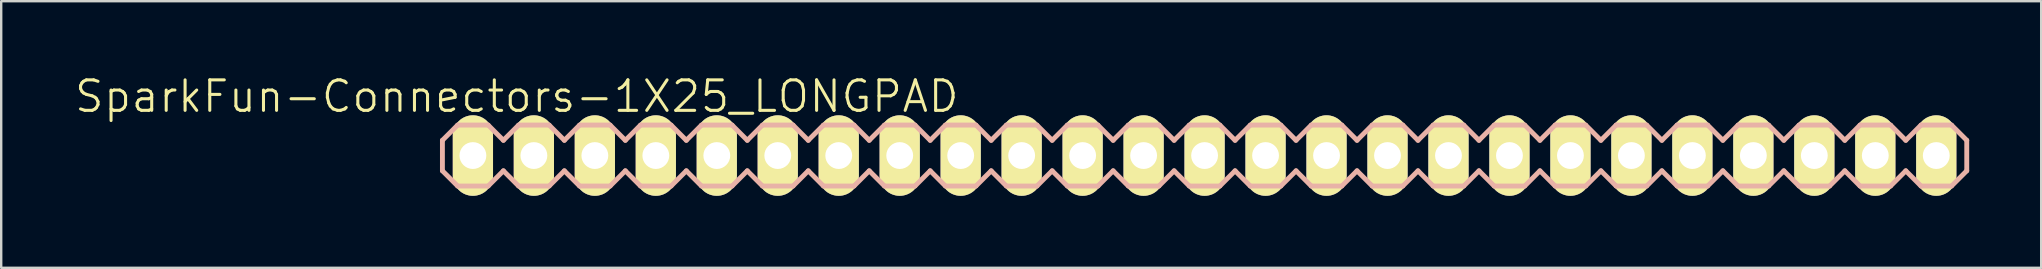
<source format=kicad_pcb>
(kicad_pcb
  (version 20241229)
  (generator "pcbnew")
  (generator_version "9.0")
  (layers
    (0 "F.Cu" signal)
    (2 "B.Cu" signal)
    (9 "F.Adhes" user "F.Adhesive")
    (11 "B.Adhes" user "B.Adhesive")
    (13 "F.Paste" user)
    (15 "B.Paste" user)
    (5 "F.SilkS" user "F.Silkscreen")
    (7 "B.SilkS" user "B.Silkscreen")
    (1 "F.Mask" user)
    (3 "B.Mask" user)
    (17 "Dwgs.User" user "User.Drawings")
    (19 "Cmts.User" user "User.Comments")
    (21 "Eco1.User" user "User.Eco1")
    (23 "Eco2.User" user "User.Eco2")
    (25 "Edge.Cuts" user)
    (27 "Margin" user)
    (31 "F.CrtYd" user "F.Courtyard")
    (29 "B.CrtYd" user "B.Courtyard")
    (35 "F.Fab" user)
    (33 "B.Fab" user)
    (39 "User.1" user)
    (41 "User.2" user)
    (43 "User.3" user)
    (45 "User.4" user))
  (footprint "SparkFun-Connectors-1X25_LONGPAD"
    (layer "F.Cu")
    (at 16.65 3.43)
    (property "Reference" "SparkFun-Connectors-1X25_LONGPAD" (at 1.829 -2.464 0) (layer "F.SilkS") (effects (font (size 1.27 1.27) (thickness 0.127))))
    (attr exclude_from_pos_files exclude_from_bom)
    (fp_line (start -0.254 -0.254) (end 0.254 -0.254) (stroke (width 0.066) (type solid)) (layer "F.SilkS"))
    (fp_line (start -0.254 0.254) (end -0.254 -0.254) (stroke (width 0.066) (type solid)) (layer "F.SilkS"))
    (fp_line (start -0.254 0.254) (end 0.254 0.254) (stroke (width 0.066) (type solid)) (layer "F.SilkS"))
    (fp_line (start 0.254 0.254) (end 0.254 -0.254) (stroke (width 0.066) (type solid)) (layer "F.SilkS"))
    (fp_line (start 2.286 -0.254) (end 2.794 -0.254) (stroke (width 0.066) (type solid)) (layer "F.SilkS"))
    (fp_line (start 2.286 0.254) (end 2.286 -0.254) (stroke (width 0.066) (type solid)) (layer "F.SilkS"))
    (fp_line (start 2.286 0.254) (end 2.794 0.254) (stroke (width 0.066) (type solid)) (layer "F.SilkS"))
    (fp_line (start 2.794 0.254) (end 2.794 -0.254) (stroke (width 0.066) (type solid)) (layer "F.SilkS"))
    (fp_line (start 4.826 -0.254) (end 5.334 -0.254) (stroke (width 0.066) (type solid)) (layer "F.SilkS"))
    (fp_line (start 4.826 0.254) (end 4.826 -0.254) (stroke (width 0.066) (type solid)) (layer "F.SilkS"))
    (fp_line (start 4.826 0.254) (end 5.334 0.254) (stroke (width 0.066) (type solid)) (layer "F.SilkS"))
    (fp_line (start 5.334 0.254) (end 5.334 -0.254) (stroke (width 0.066) (type solid)) (layer "F.SilkS"))
    (fp_line (start 7.366 -0.254) (end 7.874 -0.254) (stroke (width 0.066) (type solid)) (layer "F.SilkS"))
    (fp_line (start 7.366 0.254) (end 7.366 -0.254) (stroke (width 0.066) (type solid)) (layer "F.SilkS"))
    (fp_line (start 7.366 0.254) (end 7.874 0.254) (stroke (width 0.066) (type solid)) (layer "F.SilkS"))
    (fp_line (start 7.874 0.254) (end 7.874 -0.254) (stroke (width 0.066) (type solid)) (layer "F.SilkS"))
    (fp_line (start 9.906 -0.254) (end 10.414 -0.254) (stroke (width 0.066) (type solid)) (layer "F.SilkS"))
    (fp_line (start 9.906 0.254) (end 9.906 -0.254) (stroke (width 0.066) (type solid)) (layer "F.SilkS"))
    (fp_line (start 9.906 0.254) (end 10.414 0.254) (stroke (width 0.066) (type solid)) (layer "F.SilkS"))
    (fp_line (start 10.414 0.254) (end 10.414 -0.254) (stroke (width 0.066) (type solid)) (layer "F.SilkS"))
    (fp_line (start 12.446 -0.254) (end 12.954 -0.254) (stroke (width 0.066) (type solid)) (layer "F.SilkS"))
    (fp_line (start 12.446 0.254) (end 12.446 -0.254) (stroke (width 0.066) (type solid)) (layer "F.SilkS"))
    (fp_line (start 12.446 0.254) (end 12.954 0.254) (stroke (width 0.066) (type solid)) (layer "F.SilkS"))
    (fp_line (start 12.954 0.254) (end 12.954 -0.254) (stroke (width 0.066) (type solid)) (layer "F.SilkS"))
    (fp_line (start 14.986 -0.254) (end 15.494 -0.254) (stroke (width 0.066) (type solid)) (layer "F.SilkS"))
    (fp_line (start 14.986 0.254) (end 14.986 -0.254) (stroke (width 0.066) (type solid)) (layer "F.SilkS"))
    (fp_line (start 14.986 0.254) (end 15.494 0.254) (stroke (width 0.066) (type solid)) (layer "F.SilkS"))
    (fp_line (start 15.494 0.254) (end 15.494 -0.254) (stroke (width 0.066) (type solid)) (layer "F.SilkS"))
    (fp_line (start 17.523 -0.254) (end 18.034 -0.254) (stroke (width 0.066) (type solid)) (layer "F.SilkS"))
    (fp_line (start 17.523 0.254) (end 17.523 -0.254) (stroke (width 0.066) (type solid)) (layer "F.SilkS"))
    (fp_line (start 17.523 0.254) (end 18.034 0.254) (stroke (width 0.066) (type solid)) (layer "F.SilkS"))
    (fp_line (start 18.034 0.254) (end 18.034 -0.254) (stroke (width 0.066) (type solid)) (layer "F.SilkS"))
    (fp_line (start 20.066 -0.254) (end 20.574 -0.254) (stroke (width 0.066) (type solid)) (layer "F.SilkS"))
    (fp_line (start 20.066 0.254) (end 20.066 -0.254) (stroke (width 0.066) (type solid)) (layer "F.SilkS"))
    (fp_line (start 20.066 0.254) (end 20.574 0.254) (stroke (width 0.066) (type solid)) (layer "F.SilkS"))
    (fp_line (start 20.574 0.254) (end 20.574 -0.254) (stroke (width 0.066) (type solid)) (layer "F.SilkS"))
    (fp_line (start 22.606 -0.254) (end 23.114 -0.254) (stroke (width 0.066) (type solid)) (layer "F.SilkS"))
    (fp_line (start 22.606 0.254) (end 22.606 -0.254) (stroke (width 0.066) (type solid)) (layer "F.SilkS"))
    (fp_line (start 22.606 0.254) (end 23.114 0.254) (stroke (width 0.066) (type solid)) (layer "F.SilkS"))
    (fp_line (start 23.114 0.254) (end 23.114 -0.254) (stroke (width 0.066) (type solid)) (layer "F.SilkS"))
    (fp_line (start 25.146 -0.254) (end 25.654 -0.254) (stroke (width 0.066) (type solid)) (layer "F.SilkS"))
    (fp_line (start 25.146 0.254) (end 25.146 -0.254) (stroke (width 0.066) (type solid)) (layer "F.SilkS"))
    (fp_line (start 25.146 0.254) (end 25.654 0.254) (stroke (width 0.066) (type solid)) (layer "F.SilkS"))
    (fp_line (start 25.654 0.254) (end 25.654 -0.254) (stroke (width 0.066) (type solid)) (layer "F.SilkS"))
    (fp_line (start 27.686 -0.254) (end 28.194 -0.254) (stroke (width 0.066) (type solid)) (layer "F.SilkS"))
    (fp_line (start 27.686 0.254) (end 27.686 -0.254) (stroke (width 0.066) (type solid)) (layer "F.SilkS"))
    (fp_line (start 27.686 0.254) (end 28.194 0.254) (stroke (width 0.066) (type solid)) (layer "F.SilkS"))
    (fp_line (start 28.194 0.254) (end 28.194 -0.254) (stroke (width 0.066) (type solid)) (layer "F.SilkS"))
    (fp_line (start 30.226 -0.254) (end 30.734 -0.254) (stroke (width 0.066) (type solid)) (layer "F.SilkS"))
    (fp_line (start 30.226 0.254) (end 30.226 -0.254) (stroke (width 0.066) (type solid)) (layer "F.SilkS"))
    (fp_line (start 30.226 0.254) (end 30.734 0.254) (stroke (width 0.066) (type solid)) (layer "F.SilkS"))
    (fp_line (start 30.734 0.254) (end 30.734 -0.254) (stroke (width 0.066) (type solid)) (layer "F.SilkS"))
    (fp_line (start 32.766 -0.254) (end 33.274 -0.254) (stroke (width 0.066) (type solid)) (layer "F.SilkS"))
    (fp_line (start 32.766 0.254) (end 32.766 -0.254) (stroke (width 0.066) (type solid)) (layer "F.SilkS"))
    (fp_line (start 32.766 0.254) (end 33.274 0.254) (stroke (width 0.066) (type solid)) (layer "F.SilkS"))
    (fp_line (start 33.274 0.254) (end 33.274 -0.254) (stroke (width 0.066) (type solid)) (layer "F.SilkS"))
    (fp_line (start 35.303 -0.254) (end 35.814 -0.254) (stroke (width 0.066) (type solid)) (layer "F.SilkS"))
    (fp_line (start 35.303 0.254) (end 35.303 -0.254) (stroke (width 0.066) (type solid)) (layer "F.SilkS"))
    (fp_line (start 35.303 0.254) (end 35.814 0.254) (stroke (width 0.066) (type solid)) (layer "F.SilkS"))
    (fp_line (start 35.814 0.254) (end 35.814 -0.254) (stroke (width 0.066) (type solid)) (layer "F.SilkS"))
    (fp_line (start 37.846 -0.254) (end 38.354 -0.254) (stroke (width 0.066) (type solid)) (layer "F.SilkS"))
    (fp_line (start 37.846 0.254) (end 37.846 -0.254) (stroke (width 0.066) (type solid)) (layer "F.SilkS"))
    (fp_line (start 37.846 0.254) (end 38.354 0.254) (stroke (width 0.066) (type solid)) (layer "F.SilkS"))
    (fp_line (start 38.354 0.254) (end 38.354 -0.254) (stroke (width 0.066) (type solid)) (layer "F.SilkS"))
    (fp_line (start 40.386 -0.254) (end 40.894 -0.254) (stroke (width 0.066) (type solid)) (layer "F.SilkS"))
    (fp_line (start 40.386 0.254) (end 40.386 -0.254) (stroke (width 0.066) (type solid)) (layer "F.SilkS"))
    (fp_line (start 40.386 0.254) (end 40.894 0.254) (stroke (width 0.066) (type solid)) (layer "F.SilkS"))
    (fp_line (start 40.894 0.254) (end 40.894 -0.254) (stroke (width 0.066) (type solid)) (layer "F.SilkS"))
    (fp_line (start 42.926 -0.254) (end 43.434 -0.254) (stroke (width 0.066) (type solid)) (layer "F.SilkS"))
    (fp_line (start 42.926 0.254) (end 42.926 -0.254) (stroke (width 0.066) (type solid)) (layer "F.SilkS"))
    (fp_line (start 42.926 0.254) (end 43.434 0.254) (stroke (width 0.066) (type solid)) (layer "F.SilkS"))
    (fp_line (start 43.434 0.254) (end 43.434 -0.254) (stroke (width 0.066) (type solid)) (layer "F.SilkS"))
    (fp_line (start 45.466 -0.254) (end 45.974 -0.254) (stroke (width 0.066) (type solid)) (layer "F.SilkS"))
    (fp_line (start 45.466 0.254) (end 45.466 -0.254) (stroke (width 0.066) (type solid)) (layer "F.SilkS"))
    (fp_line (start 45.466 0.254) (end 45.974 0.254) (stroke (width 0.066) (type solid)) (layer "F.SilkS"))
    (fp_line (start 45.974 0.254) (end 45.974 -0.254) (stroke (width 0.066) (type solid)) (layer "F.SilkS"))
    (fp_line (start 48.006 -0.254) (end 48.514 -0.254) (stroke (width 0.066) (type solid)) (layer "F.SilkS"))
    (fp_line (start 48.006 0.254) (end 48.006 -0.254) (stroke (width 0.066) (type solid)) (layer "F.SilkS"))
    (fp_line (start 48.006 0.254) (end 48.514 0.254) (stroke (width 0.066) (type solid)) (layer "F.SilkS"))
    (fp_line (start 48.514 0.254) (end 48.514 -0.254) (stroke (width 0.066) (type solid)) (layer "F.SilkS"))
    (fp_line (start 50.546 -0.254) (end 51.051 -0.254) (stroke (width 0.066) (type solid)) (layer "F.SilkS"))
    (fp_line (start 50.546 0.254) (end 50.546 -0.254) (stroke (width 0.066) (type solid)) (layer "F.SilkS"))
    (fp_line (start 50.546 0.254) (end 51.051 0.254) (stroke (width 0.066) (type solid)) (layer "F.SilkS"))
    (fp_line (start 51.051 0.254) (end 51.051 -0.254) (stroke (width 0.066) (type solid)) (layer "F.SilkS"))
    (fp_line (start 53.086 -0.254) (end 53.594 -0.254) (stroke (width 0.066) (type solid)) (layer "F.SilkS"))
    (fp_line (start 53.086 0.254) (end 53.086 -0.254) (stroke (width 0.066) (type solid)) (layer "F.SilkS"))
    (fp_line (start 53.086 0.254) (end 53.594 0.254) (stroke (width 0.066) (type solid)) (layer "F.SilkS"))
    (fp_line (start 53.594 0.254) (end 53.594 -0.254) (stroke (width 0.066) (type solid)) (layer "F.SilkS"))
    (fp_line (start 55.626 -0.254) (end 56.134 -0.254) (stroke (width 0.066) (type solid)) (layer "F.SilkS"))
    (fp_line (start 55.626 0.254) (end 55.626 -0.254) (stroke (width 0.066) (type solid)) (layer "F.SilkS"))
    (fp_line (start 55.626 0.254) (end 56.134 0.254) (stroke (width 0.066) (type solid)) (layer "F.SilkS"))
    (fp_line (start 56.134 0.254) (end 56.134 -0.254) (stroke (width 0.066) (type solid)) (layer "F.SilkS"))
    (fp_line (start 58.166 -0.254) (end 58.674 -0.254) (stroke (width 0.066) (type solid)) (layer "F.SilkS"))
    (fp_line (start 58.166 0.254) (end 58.166 -0.254) (stroke (width 0.066) (type solid)) (layer "F.SilkS"))
    (fp_line (start 58.166 0.254) (end 58.674 0.254) (stroke (width 0.066) (type solid)) (layer "F.SilkS"))
    (fp_line (start 58.674 0.254) (end 58.674 -0.254) (stroke (width 0.066) (type solid)) (layer "F.SilkS"))
    (fp_line (start 60.706 -0.254) (end 61.214 -0.254) (stroke (width 0.066) (type solid)) (layer "F.SilkS"))
    (fp_line (start 60.706 0.254) (end 60.706 -0.254) (stroke (width 0.066) (type solid)) (layer "F.SilkS"))
    (fp_line (start 60.706 0.254) (end 61.214 0.254) (stroke (width 0.066) (type solid)) (layer "F.SilkS"))
    (fp_line (start 61.214 0.254) (end 61.214 -0.254) (stroke (width 0.066) (type solid)) (layer "F.SilkS"))
    (fp_line (start -1.27 -0.635) (end -1.27 0.635) (stroke (width 0.203) (type solid)) (layer "B.SilkS"))
    (fp_line (start -1.27 0.635) (end -0.635 1.27) (stroke (width 0.203) (type solid)) (layer "B.SilkS"))
    (fp_line (start -0.635 -1.27) (end -1.27 -0.635) (stroke (width 0.203) (type solid)) (layer "B.SilkS"))
    (fp_line (start -0.635 -1.27) (end 0.635 -1.27) (stroke (width 0.203) (type solid)) (layer "B.SilkS"))
    (fp_line (start 0.635 -1.27) (end 1.27 -0.635) (stroke (width 0.203) (type solid)) (layer "B.SilkS"))
    (fp_line (start 0.635 1.27) (end -0.635 1.27) (stroke (width 0.203) (type solid)) (layer "B.SilkS"))
    (fp_line (start 1.27 -0.635) (end 1.905 -1.27) (stroke (width 0.203) (type solid)) (layer "B.SilkS"))
    (fp_line (start 1.27 0.635) (end 0.635 1.27) (stroke (width 0.203) (type solid)) (layer "B.SilkS"))
    (fp_line (start 1.905 -1.27) (end 3.175 -1.27) (stroke (width 0.203) (type solid)) (layer "B.SilkS"))
    (fp_line (start 1.905 1.27) (end 1.27 0.635) (stroke (width 0.203) (type solid)) (layer "B.SilkS"))
    (fp_line (start 3.175 -1.27) (end 3.81 -0.635) (stroke (width 0.203) (type solid)) (layer "B.SilkS"))
    (fp_line (start 3.175 1.27) (end 1.905 1.27) (stroke (width 0.203) (type solid)) (layer "B.SilkS"))
    (fp_line (start 3.81 -0.635) (end 4.445 -1.27) (stroke (width 0.203) (type solid)) (layer "B.SilkS"))
    (fp_line (start 3.81 0.635) (end 3.175 1.27) (stroke (width 0.203) (type solid)) (layer "B.SilkS"))
    (fp_line (start 4.445 -1.27) (end 5.715 -1.27) (stroke (width 0.203) (type solid)) (layer "B.SilkS"))
    (fp_line (start 4.445 1.27) (end 3.81 0.635) (stroke (width 0.203) (type solid)) (layer "B.SilkS"))
    (fp_line (start 5.715 -1.27) (end 6.35 -0.635) (stroke (width 0.203) (type solid)) (layer "B.SilkS"))
    (fp_line (start 5.715 1.27) (end 4.445 1.27) (stroke (width 0.203) (type solid)) (layer "B.SilkS"))
    (fp_line (start 6.35 0.635) (end 5.715 1.27) (stroke (width 0.203) (type solid)) (layer "B.SilkS"))
    (fp_line (start 6.35 0.635) (end 6.985 1.27) (stroke (width 0.203) (type solid)) (layer "B.SilkS"))
    (fp_line (start 6.985 -1.27) (end 6.35 -0.635) (stroke (width 0.203) (type solid)) (layer "B.SilkS"))
    (fp_line (start 6.985 -1.27) (end 8.255 -1.27) (stroke (width 0.203) (type solid)) (layer "B.SilkS"))
    (fp_line (start 8.255 -1.27) (end 8.89 -0.635) (stroke (width 0.203) (type solid)) (layer "B.SilkS"))
    (fp_line (start 8.255 1.27) (end 6.985 1.27) (stroke (width 0.203) (type solid)) (layer "B.SilkS"))
    (fp_line (start 8.89 -0.635) (end 9.525 -1.27) (stroke (width 0.203) (type solid)) (layer "B.SilkS"))
    (fp_line (start 8.89 0.635) (end 8.255 1.27) (stroke (width 0.203) (type solid)) (layer "B.SilkS"))
    (fp_line (start 9.525 -1.27) (end 10.795 -1.27) (stroke (width 0.203) (type solid)) (layer "B.SilkS"))
    (fp_line (start 9.525 1.27) (end 8.89 0.635) (stroke (width 0.203) (type solid)) (layer "B.SilkS"))
    (fp_line (start 10.795 -1.27) (end 11.43 -0.635) (stroke (width 0.203) (type solid)) (layer "B.SilkS"))
    (fp_line (start 10.795 1.27) (end 9.525 1.27) (stroke (width 0.203) (type solid)) (layer "B.SilkS"))
    (fp_line (start 11.43 -0.635) (end 12.065 -1.27) (stroke (width 0.203) (type solid)) (layer "B.SilkS"))
    (fp_line (start 11.43 0.635) (end 10.795 1.27) (stroke (width 0.203) (type solid)) (layer "B.SilkS"))
    (fp_line (start 12.065 -1.27) (end 13.335 -1.27) (stroke (width 0.203) (type solid)) (layer "B.SilkS"))
    (fp_line (start 12.065 1.27) (end 11.43 0.635) (stroke (width 0.203) (type solid)) (layer "B.SilkS"))
    (fp_line (start 13.335 -1.27) (end 13.97 -0.635) (stroke (width 0.203) (type solid)) (layer "B.SilkS"))
    (fp_line (start 13.335 1.27) (end 12.065 1.27) (stroke (width 0.203) (type solid)) (layer "B.SilkS"))
    (fp_line (start 13.97 0.635) (end 13.335 1.27) (stroke (width 0.203) (type solid)) (layer "B.SilkS"))
    (fp_line (start 13.97 0.635) (end 14.605 1.27) (stroke (width 0.203) (type solid)) (layer "B.SilkS"))
    (fp_line (start 14.605 -1.27) (end 13.97 -0.635) (stroke (width 0.203) (type solid)) (layer "B.SilkS"))
    (fp_line (start 14.605 -1.27) (end 15.875 -1.27) (stroke (width 0.203) (type solid)) (layer "B.SilkS"))
    (fp_line (start 15.875 -1.27) (end 16.51 -0.635) (stroke (width 0.203) (type solid)) (layer "B.SilkS"))
    (fp_line (start 15.875 1.27) (end 14.605 1.27) (stroke (width 0.203) (type solid)) (layer "B.SilkS"))
    (fp_line (start 16.51 0.635) (end 15.875 1.27) (stroke (width 0.203) (type solid)) (layer "B.SilkS"))
    (fp_line (start 16.51 0.635) (end 17.145 1.27) (stroke (width 0.203) (type solid)) (layer "B.SilkS"))
    (fp_line (start 17.145 -1.27) (end 16.51 -0.635) (stroke (width 0.203) (type solid)) (layer "B.SilkS"))
    (fp_line (start 17.145 -1.27) (end 18.415 -1.27) (stroke (width 0.203) (type solid)) (layer "B.SilkS"))
    (fp_line (start 18.415 -1.27) (end 19.05 -0.635) (stroke (width 0.203) (type solid)) (layer "B.SilkS"))
    (fp_line (start 18.415 1.27) (end 17.145 1.27) (stroke (width 0.203) (type solid)) (layer "B.SilkS"))
    (fp_line (start 19.05 -0.635) (end 19.685 -1.27) (stroke (width 0.203) (type solid)) (layer "B.SilkS"))
    (fp_line (start 19.05 0.635) (end 18.415 1.27) (stroke (width 0.203) (type solid)) (layer "B.SilkS"))
    (fp_line (start 19.685 -1.27) (end 20.955 -1.27) (stroke (width 0.203) (type solid)) (layer "B.SilkS"))
    (fp_line (start 19.685 1.27) (end 19.05 0.635) (stroke (width 0.203) (type solid)) (layer "B.SilkS"))
    (fp_line (start 20.955 -1.27) (end 21.59 -0.635) (stroke (width 0.203) (type solid)) (layer "B.SilkS"))
    (fp_line (start 20.955 1.27) (end 19.685 1.27) (stroke (width 0.203) (type solid)) (layer "B.SilkS"))
    (fp_line (start 21.59 -0.635) (end 22.225 -1.27) (stroke (width 0.203) (type solid)) (layer "B.SilkS"))
    (fp_line (start 21.59 0.635) (end 20.955 1.27) (stroke (width 0.203) (type solid)) (layer "B.SilkS"))
    (fp_line (start 22.225 -1.27) (end 23.495 -1.27) (stroke (width 0.203) (type solid)) (layer "B.SilkS"))
    (fp_line (start 22.225 1.27) (end 21.59 0.635) (stroke (width 0.203) (type solid)) (layer "B.SilkS"))
    (fp_line (start 23.495 -1.27) (end 24.13 -0.635) (stroke (width 0.203) (type solid)) (layer "B.SilkS"))
    (fp_line (start 23.495 1.27) (end 22.225 1.27) (stroke (width 0.203) (type solid)) (layer "B.SilkS"))
    (fp_line (start 24.13 0.635) (end 23.495 1.27) (stroke (width 0.203) (type solid)) (layer "B.SilkS"))
    (fp_line (start 24.13 0.635) (end 24.765 1.27) (stroke (width 0.203) (type solid)) (layer "B.SilkS"))
    (fp_line (start 24.765 -1.27) (end 24.13 -0.635) (stroke (width 0.203) (type solid)) (layer "B.SilkS"))
    (fp_line (start 24.765 -1.27) (end 26.035 -1.27) (stroke (width 0.203) (type solid)) (layer "B.SilkS"))
    (fp_line (start 26.035 -1.27) (end 26.67 -0.635) (stroke (width 0.203) (type solid)) (layer "B.SilkS"))
    (fp_line (start 26.035 1.27) (end 24.765 1.27) (stroke (width 0.203) (type solid)) (layer "B.SilkS"))
    (fp_line (start 26.67 -0.635) (end 27.305 -1.27) (stroke (width 0.203) (type solid)) (layer "B.SilkS"))
    (fp_line (start 26.67 0.635) (end 26.035 1.27) (stroke (width 0.203) (type solid)) (layer "B.SilkS"))
    (fp_line (start 27.305 -1.27) (end 28.575 -1.27) (stroke (width 0.203) (type solid)) (layer "B.SilkS"))
    (fp_line (start 27.305 1.27) (end 26.67 0.635) (stroke (width 0.203) (type solid)) (layer "B.SilkS"))
    (fp_line (start 28.575 -1.27) (end 29.21 -0.635) (stroke (width 0.203) (type solid)) (layer "B.SilkS"))
    (fp_line (start 28.575 1.27) (end 27.305 1.27) (stroke (width 0.203) (type solid)) (layer "B.SilkS"))
    (fp_line (start 29.21 -0.635) (end 29.845 -1.27) (stroke (width 0.203) (type solid)) (layer "B.SilkS"))
    (fp_line (start 29.21 0.635) (end 28.575 1.27) (stroke (width 0.203) (type solid)) (layer "B.SilkS"))
    (fp_line (start 29.845 -1.27) (end 31.115 -1.27) (stroke (width 0.203) (type solid)) (layer "B.SilkS"))
    (fp_line (start 29.845 1.27) (end 29.21 0.635) (stroke (width 0.203) (type solid)) (layer "B.SilkS"))
    (fp_line (start 31.115 -1.27) (end 31.75 -0.635) (stroke (width 0.203) (type solid)) (layer "B.SilkS"))
    (fp_line (start 31.115 1.27) (end 29.845 1.27) (stroke (width 0.203) (type solid)) (layer "B.SilkS"))
    (fp_line (start 31.75 0.635) (end 31.115 1.27) (stroke (width 0.203) (type solid)) (layer "B.SilkS"))
    (fp_line (start 31.75 0.635) (end 32.385 1.27) (stroke (width 0.203) (type solid)) (layer "B.SilkS"))
    (fp_line (start 32.385 -1.27) (end 31.75 -0.635) (stroke (width 0.203) (type solid)) (layer "B.SilkS"))
    (fp_line (start 32.385 -1.27) (end 33.655 -1.27) (stroke (width 0.203) (type solid)) (layer "B.SilkS"))
    (fp_line (start 33.655 -1.27) (end 34.29 -0.635) (stroke (width 0.203) (type solid)) (layer "B.SilkS"))
    (fp_line (start 33.655 1.27) (end 32.385 1.27) (stroke (width 0.203) (type solid)) (layer "B.SilkS"))
    (fp_line (start 34.29 0.635) (end 33.655 1.27) (stroke (width 0.203) (type solid)) (layer "B.SilkS"))
    (fp_line (start 34.29 0.635) (end 34.925 1.27) (stroke (width 0.203) (type solid)) (layer "B.SilkS"))
    (fp_line (start 34.925 -1.27) (end 34.29 -0.635) (stroke (width 0.203) (type solid)) (layer "B.SilkS"))
    (fp_line (start 34.925 -1.27) (end 36.195 -1.27) (stroke (width 0.203) (type solid)) (layer "B.SilkS"))
    (fp_line (start 36.195 -1.27) (end 36.83 -0.635) (stroke (width 0.203) (type solid)) (layer "B.SilkS"))
    (fp_line (start 36.195 1.27) (end 34.925 1.27) (stroke (width 0.203) (type solid)) (layer "B.SilkS"))
    (fp_line (start 36.83 0.635) (end 36.195 1.27) (stroke (width 0.203) (type solid)) (layer "B.SilkS"))
    (fp_line (start 36.83 0.635) (end 37.465 1.27) (stroke (width 0.203) (type solid)) (layer "B.SilkS"))
    (fp_line (start 37.465 -1.27) (end 36.83 -0.635) (stroke (width 0.203) (type solid)) (layer "B.SilkS"))
    (fp_line (start 37.465 -1.27) (end 38.735 -1.27) (stroke (width 0.203) (type solid)) (layer "B.SilkS"))
    (fp_line (start 38.735 -1.27) (end 39.37 -0.635) (stroke (width 0.203) (type solid)) (layer "B.SilkS"))
    (fp_line (start 38.735 1.27) (end 37.465 1.27) (stroke (width 0.203) (type solid)) (layer "B.SilkS"))
    (fp_line (start 39.37 0.635) (end 38.735 1.27) (stroke (width 0.203) (type solid)) (layer "B.SilkS"))
    (fp_line (start 39.37 0.635) (end 40.005 1.27) (stroke (width 0.203) (type solid)) (layer "B.SilkS"))
    (fp_line (start 40.005 -1.27) (end 39.37 -0.635) (stroke (width 0.203) (type solid)) (layer "B.SilkS"))
    (fp_line (start 40.005 -1.27) (end 41.275 -1.27) (stroke (width 0.203) (type solid)) (layer "B.SilkS"))
    (fp_line (start 41.275 -1.27) (end 41.91 -0.635) (stroke (width 0.203) (type solid)) (layer "B.SilkS"))
    (fp_line (start 41.275 1.27) (end 40.005 1.27) (stroke (width 0.203) (type solid)) (layer "B.SilkS"))
    (fp_line (start 41.91 0.635) (end 41.275 1.27) (stroke (width 0.203) (type solid)) (layer "B.SilkS"))
    (fp_line (start 41.91 0.635) (end 42.545 1.27) (stroke (width 0.203) (type solid)) (layer "B.SilkS"))
    (fp_line (start 42.545 -1.27) (end 41.91 -0.635) (stroke (width 0.203) (type solid)) (layer "B.SilkS"))
    (fp_line (start 42.545 -1.27) (end 43.815 -1.27) (stroke (width 0.203) (type solid)) (layer "B.SilkS"))
    (fp_line (start 43.815 -1.27) (end 44.45 -0.635) (stroke (width 0.203) (type solid)) (layer "B.SilkS"))
    (fp_line (start 43.815 1.27) (end 42.545 1.27) (stroke (width 0.203) (type solid)) (layer "B.SilkS"))
    (fp_line (start 44.45 0.635) (end 43.815 1.27) (stroke (width 0.203) (type solid)) (layer "B.SilkS"))
    (fp_line (start 44.45 0.635) (end 45.085 1.27) (stroke (width 0.203) (type solid)) (layer "B.SilkS"))
    (fp_line (start 45.085 -1.27) (end 44.45 -0.635) (stroke (width 0.203) (type solid)) (layer "B.SilkS"))
    (fp_line (start 45.085 -1.27) (end 46.355 -1.27) (stroke (width 0.203) (type solid)) (layer "B.SilkS"))
    (fp_line (start 46.355 -1.27) (end 46.99 -0.635) (stroke (width 0.203) (type solid)) (layer "B.SilkS"))
    (fp_line (start 46.355 1.27) (end 45.085 1.27) (stroke (width 0.203) (type solid)) (layer "B.SilkS"))
    (fp_line (start 46.99 0.635) (end 46.355 1.27) (stroke (width 0.203) (type solid)) (layer "B.SilkS"))
    (fp_line (start 46.99 0.635) (end 47.625 1.27) (stroke (width 0.203) (type solid)) (layer "B.SilkS"))
    (fp_line (start 47.625 -1.27) (end 46.99 -0.635) (stroke (width 0.203) (type solid)) (layer "B.SilkS"))
    (fp_line (start 47.625 -1.27) (end 48.895 -1.27) (stroke (width 0.203) (type solid)) (layer "B.SilkS"))
    (fp_line (start 48.895 -1.27) (end 49.53 -0.635) (stroke (width 0.203) (type solid)) (layer "B.SilkS"))
    (fp_line (start 48.895 1.27) (end 47.625 1.27) (stroke (width 0.203) (type solid)) (layer "B.SilkS"))
    (fp_line (start 49.53 0.635) (end 48.895 1.27) (stroke (width 0.203) (type solid)) (layer "B.SilkS"))
    (fp_line (start 49.53 0.635) (end 50.165 1.27) (stroke (width 0.203) (type solid)) (layer "B.SilkS"))
    (fp_line (start 50.165 -1.27) (end 49.53 -0.635) (stroke (width 0.203) (type solid)) (layer "B.SilkS"))
    (fp_line (start 50.165 -1.27) (end 51.435 -1.27) (stroke (width 0.203) (type solid)) (layer "B.SilkS"))
    (fp_line (start 51.435 -1.27) (end 52.07 -0.635) (stroke (width 0.203) (type solid)) (layer "B.SilkS"))
    (fp_line (start 51.435 1.27) (end 50.165 1.27) (stroke (width 0.203) (type solid)) (layer "B.SilkS"))
    (fp_line (start 52.07 0.635) (end 51.435 1.27) (stroke (width 0.203) (type solid)) (layer "B.SilkS"))
    (fp_line (start 52.07 0.635) (end 52.705 1.27) (stroke (width 0.203) (type solid)) (layer "B.SilkS"))
    (fp_line (start 52.705 -1.27) (end 52.07 -0.635) (stroke (width 0.203) (type solid)) (layer "B.SilkS"))
    (fp_line (start 52.705 -1.27) (end 53.975 -1.27) (stroke (width 0.203) (type solid)) (layer "B.SilkS"))
    (fp_line (start 53.975 -1.27) (end 54.61 -0.635) (stroke (width 0.203) (type solid)) (layer "B.SilkS"))
    (fp_line (start 53.975 1.27) (end 52.705 1.27) (stroke (width 0.203) (type solid)) (layer "B.SilkS"))
    (fp_line (start 54.61 0.635) (end 53.975 1.27) (stroke (width 0.203) (type solid)) (layer "B.SilkS"))
    (fp_line (start 54.61 0.635) (end 55.245 1.27) (stroke (width 0.203) (type solid)) (layer "B.SilkS"))
    (fp_line (start 55.245 -1.27) (end 54.61 -0.635) (stroke (width 0.203) (type solid)) (layer "B.SilkS"))
    (fp_line (start 55.245 -1.27) (end 56.515 -1.27) (stroke (width 0.203) (type solid)) (layer "B.SilkS"))
    (fp_line (start 56.515 -1.27) (end 57.15 -0.635) (stroke (width 0.203) (type solid)) (layer "B.SilkS"))
    (fp_line (start 56.515 1.27) (end 55.245 1.27) (stroke (width 0.203) (type solid)) (layer "B.SilkS"))
    (fp_line (start 57.15 0.635) (end 56.515 1.27) (stroke (width 0.203) (type solid)) (layer "B.SilkS"))
    (fp_line (start 57.15 0.635) (end 57.785 1.27) (stroke (width 0.203) (type solid)) (layer "B.SilkS"))
    (fp_line (start 57.785 -1.27) (end 57.15 -0.635) (stroke (width 0.203) (type solid)) (layer "B.SilkS"))
    (fp_line (start 57.785 -1.27) (end 59.055 -1.27) (stroke (width 0.203) (type solid)) (layer "B.SilkS"))
    (fp_line (start 59.055 -1.27) (end 59.69 -0.635) (stroke (width 0.203) (type solid)) (layer "B.SilkS"))
    (fp_line (start 59.055 1.27) (end 57.785 1.27) (stroke (width 0.203) (type solid)) (layer "B.SilkS"))
    (fp_line (start 59.69 0.635) (end 59.055 1.27) (stroke (width 0.203) (type solid)) (layer "B.SilkS"))
    (fp_line (start 59.69 0.635) (end 60.325 1.27) (stroke (width 0.203) (type solid)) (layer "B.SilkS"))
    (fp_line (start 60.325 -1.27) (end 59.69 -0.635) (stroke (width 0.203) (type solid)) (layer "B.SilkS"))
    (fp_line (start 60.325 -1.27) (end 61.595 -1.27) (stroke (width 0.203) (type solid)) (layer "B.SilkS"))
    (fp_line (start 61.595 -1.27) (end 62.23 -0.635) (stroke (width 0.203) (type solid)) (layer "B.SilkS"))
    (fp_line (start 61.595 1.27) (end 60.325 1.27) (stroke (width 0.203) (type solid)) (layer "B.SilkS"))
    (fp_line (start 62.23 -0.635) (end 62.23 0.635) (stroke (width 0.203) (type solid)) (layer "B.SilkS"))
    (fp_line (start 62.23 0.635) (end 61.595 1.27) (stroke (width 0.203) (type solid)) (layer "B.SilkS"))
    (pad "1" thru_hole oval (at 0 0 180) (size 1.676 3.353) (drill 1.118) (layers "*.Cu" "F.Mask" "F.SilkS" "F.Paste"))
    (pad "2" thru_hole oval (at 2.54 0 180) (size 1.676 3.353) (drill 1.118) (layers "*.Cu" "F.Mask" "F.SilkS" "F.Paste"))
    (pad "3" thru_hole oval (at 5.08 0 180) (size 1.676 3.353) (drill 1.118) (layers "*.Cu" "F.Mask" "F.SilkS" "F.Paste"))
    (pad "4" thru_hole oval (at 7.62 0 180) (size 1.676 3.353) (drill 1.118) (layers "*.Cu" "F.Mask" "F.SilkS" "F.Paste"))
    (pad "5" thru_hole oval (at 10.16 0 180) (size 1.676 3.353) (drill 1.118) (layers "*.Cu" "F.Mask" "F.SilkS" "F.Paste"))
    (pad "6" thru_hole oval (at 12.7 0 180) (size 1.676 3.353) (drill 1.118) (layers "*.Cu" "F.Mask" "F.SilkS" "F.Paste"))
    (pad "7" thru_hole oval (at 15.24 0 180) (size 1.676 3.353) (drill 1.118) (layers "*.Cu" "F.Mask" "F.SilkS" "F.Paste"))
    (pad "8" thru_hole oval (at 17.78 0 180) (size 1.676 3.353) (drill 1.118) (layers "*.Cu" "F.Mask" "F.SilkS" "F.Paste"))
    (pad "9" thru_hole oval (at 20.32 0 180) (size 1.676 3.353) (drill 1.118) (layers "*.Cu" "F.Mask" "F.SilkS" "F.Paste"))
    (pad "10" thru_hole oval (at 22.86 0 180) (size 1.676 3.353) (drill 1.118) (layers "*.Cu" "F.Mask" "F.SilkS" "F.Paste"))
    (pad "11" thru_hole oval (at 25.4 0 180) (size 1.676 3.353) (drill 1.118) (layers "*.Cu" "F.Mask" "F.SilkS" "F.Paste"))
    (pad "12" thru_hole oval (at 27.94 0 180) (size 1.676 3.353) (drill 1.118) (layers "*.Cu" "F.Mask" "F.SilkS" "F.Paste"))
    (pad "13" thru_hole oval (at 30.48 0 180) (size 1.676 3.353) (drill 1.118) (layers "*.Cu" "F.Mask" "F.SilkS" "F.Paste"))
    (pad "14" thru_hole oval (at 33.02 0 180) (size 1.676 3.353) (drill 1.118) (layers "*.Cu" "F.Mask" "F.SilkS" "F.Paste"))
    (pad "15" thru_hole oval (at 35.56 0 180) (size 1.676 3.353) (drill 1.118) (layers "*.Cu" "F.Mask" "F.SilkS" "F.Paste"))
    (pad "16" thru_hole oval (at 38.1 0 180) (size 1.676 3.353) (drill 1.118) (layers "*.Cu" "F.Mask" "F.SilkS" "F.Paste"))
    (pad "17" thru_hole oval (at 40.64 0 180) (size 1.676 3.353) (drill 1.118) (layers "*.Cu" "F.Mask" "F.SilkS" "F.Paste"))
    (pad "18" thru_hole oval (at 43.18 0 180) (size 1.676 3.353) (drill 1.118) (layers "*.Cu" "F.Mask" "F.SilkS" "F.Paste"))
    (pad "19" thru_hole oval (at 45.72 0 180) (size 1.676 3.353) (drill 1.118) (layers "*.Cu" "F.Mask" "F.SilkS" "F.Paste"))
    (pad "20" thru_hole oval (at 48.26 0 180) (size 1.676 3.353) (drill 1.118) (layers "*.Cu" "F.Mask" "F.SilkS" "F.Paste"))
    (pad "21" thru_hole oval (at 50.8 0 180) (size 1.676 3.353) (drill 1.118) (layers "*.Cu" "F.Mask" "F.SilkS" "F.Paste"))
    (pad "22" thru_hole oval (at 53.34 0 180) (size 1.676 3.353) (drill 1.118) (layers "*.Cu" "F.Mask" "F.SilkS" "F.Paste"))
    (pad "23" thru_hole oval (at 55.88 0 180) (size 1.676 3.353) (drill 1.118) (layers "*.Cu" "F.Mask" "F.SilkS" "F.Paste"))
    (pad "24" thru_hole oval (at 58.42 0 180) (size 1.676 3.353) (drill 1.118) (layers "*.Cu" "F.Mask" "F.SilkS" "F.Paste"))
    (pad "25" thru_hole oval (at 60.96 0 180) (size 1.676 3.353) (drill 1.118) (layers "*.Cu" "F.Mask" "F.SilkS" "F.Paste")))
  (gr_rect
    (start -3 -3)
    (end 81.981 8.106)
    (stroke (width 0.1) (type default))
    (fill no)
    (layer "Edge.Cuts")))
</source>
